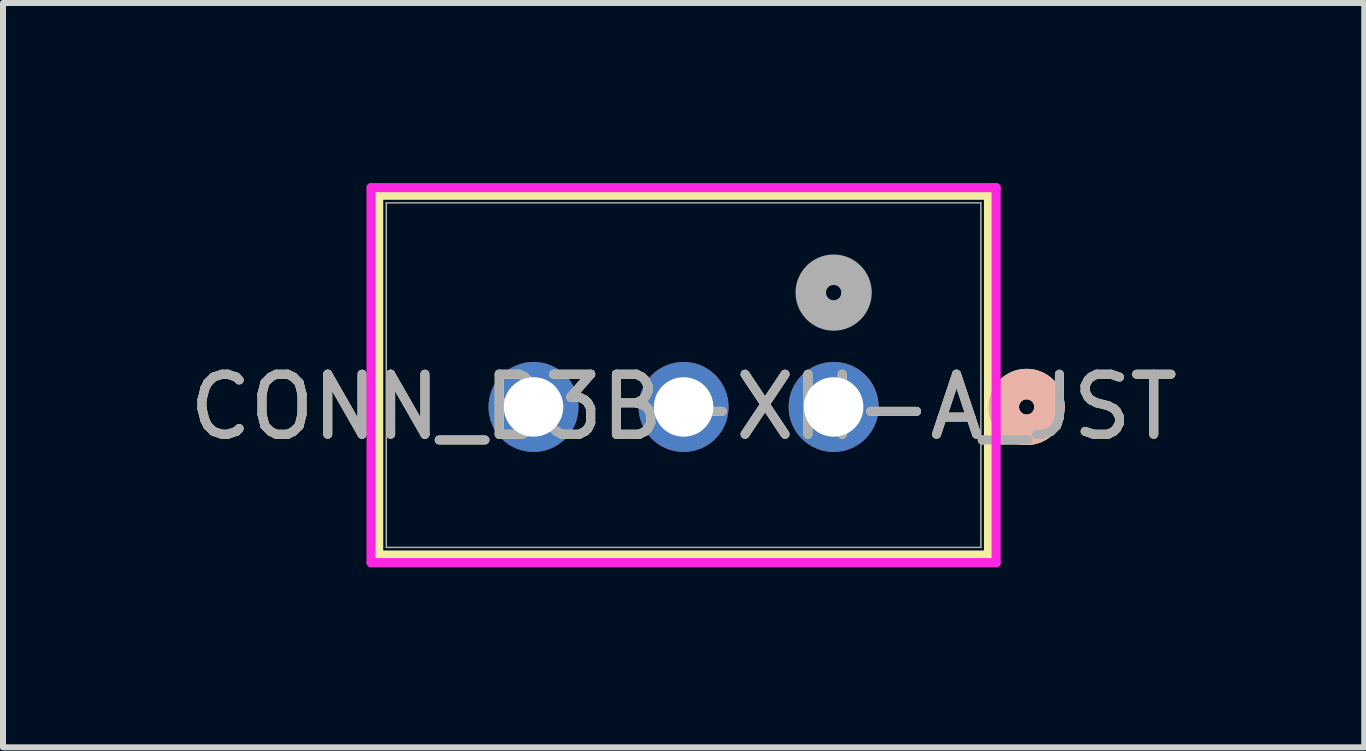
<source format=kicad_pcb>
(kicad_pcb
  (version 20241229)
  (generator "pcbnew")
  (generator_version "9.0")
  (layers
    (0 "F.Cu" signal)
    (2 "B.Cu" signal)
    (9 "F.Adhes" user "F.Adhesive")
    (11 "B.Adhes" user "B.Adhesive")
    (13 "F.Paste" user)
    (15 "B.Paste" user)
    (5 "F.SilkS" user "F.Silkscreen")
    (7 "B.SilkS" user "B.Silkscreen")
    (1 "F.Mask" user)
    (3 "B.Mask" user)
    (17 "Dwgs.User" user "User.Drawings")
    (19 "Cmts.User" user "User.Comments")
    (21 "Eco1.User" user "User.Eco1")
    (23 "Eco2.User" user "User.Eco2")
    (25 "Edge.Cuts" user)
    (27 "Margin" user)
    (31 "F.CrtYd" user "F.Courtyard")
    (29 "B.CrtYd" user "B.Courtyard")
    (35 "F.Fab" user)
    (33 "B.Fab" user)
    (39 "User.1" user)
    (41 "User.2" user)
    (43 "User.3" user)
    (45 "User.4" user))
  (footprint "CONN_B3B-XH-A_JST"
    (layer "F.Cu")
    (at 10.839 3.73)
    (property "Reference" "CONN_B3B-XH-A_JST" (at -2.5 0 0) (unlocked yes) (layer "F.SilkS") (effects (font (size 1 1) (thickness 0.15))))
    (attr through_hole)
    (fp_line (start -7.58 -3.527) (end -7.58 2.467) (stroke (width 0.152) (type solid)) (layer "F.SilkS"))
    (fp_line (start -7.58 2.467) (end 2.58 2.467) (stroke (width 0.152) (type solid)) (layer "F.SilkS"))
    (fp_line (start 2.58 -3.527) (end -7.58 -3.527) (stroke (width 0.152) (type solid)) (layer "F.SilkS"))
    (fp_line (start 2.58 2.467) (end 2.58 -3.527) (stroke (width 0.152) (type solid)) (layer "F.SilkS"))
    (fp_circle (center 3.215 0) (end 3.596 0) (stroke (width 0.508) (type solid)) (fill no) (layer "F.SilkS"))
    (fp_circle (center 3.215 0) (end 3.596 0) (stroke (width 0.508) (type solid)) (fill no) (layer "B.SilkS"))
    (fp_line (start -7.707 -3.654) (end -7.707 2.594) (stroke (width 0.152) (type solid)) (layer "F.CrtYd"))
    (fp_line (start -7.707 2.594) (end 2.707 2.594) (stroke (width 0.152) (type solid)) (layer "F.CrtYd"))
    (fp_line (start 2.707 -3.654) (end -7.707 -3.654) (stroke (width 0.152) (type solid)) (layer "F.CrtYd"))
    (fp_line (start 2.707 2.594) (end 2.707 -3.654) (stroke (width 0.152) (type solid)) (layer "F.CrtYd"))
    (fp_line (start -7.453 -3.4) (end -7.453 2.34) (stroke (width 0.025) (type solid)) (layer "F.Fab"))
    (fp_line (start -7.453 2.34) (end 2.453 2.34) (stroke (width 0.025) (type solid)) (layer "F.Fab"))
    (fp_line (start 2.453 -3.4) (end -7.453 -3.4) (stroke (width 0.025) (type solid)) (layer "F.Fab"))
    (fp_line (start 2.453 2.34) (end 2.453 -3.4) (stroke (width 0.025) (type solid)) (layer "F.Fab"))
    (fp_circle (center 0 -1.905) (end 0.381 -1.905) (stroke (width 0.508) (type solid)) (fill no) (layer "F.Fab"))
    (fp_text user "${REFERENCE}" (at -2.5 0 0) (unlocked yes) (layer "F.Fab") (effects (font (size 1 1) (thickness 0.15))))
    (pad "1" thru_hole circle (at 0 0) (size 1.499 1.499) (drill 0.991) (layers "*.Cu" "*.Mask"))
    (pad "2" thru_hole circle (at -2.5 0) (size 1.499 1.499) (drill 0.991) (layers "*.Cu" "*.Mask"))
    (pad "3" thru_hole circle (at -5 0) (size 1.499 1.499) (drill 0.991) (layers "*.Cu" "*.Mask")))
  (gr_rect
    (start -3 -3)
    (end 19.679 9.401)
    (stroke (width 0.1) (type default))
    (fill no)
    (layer "Edge.Cuts")))
</source>
